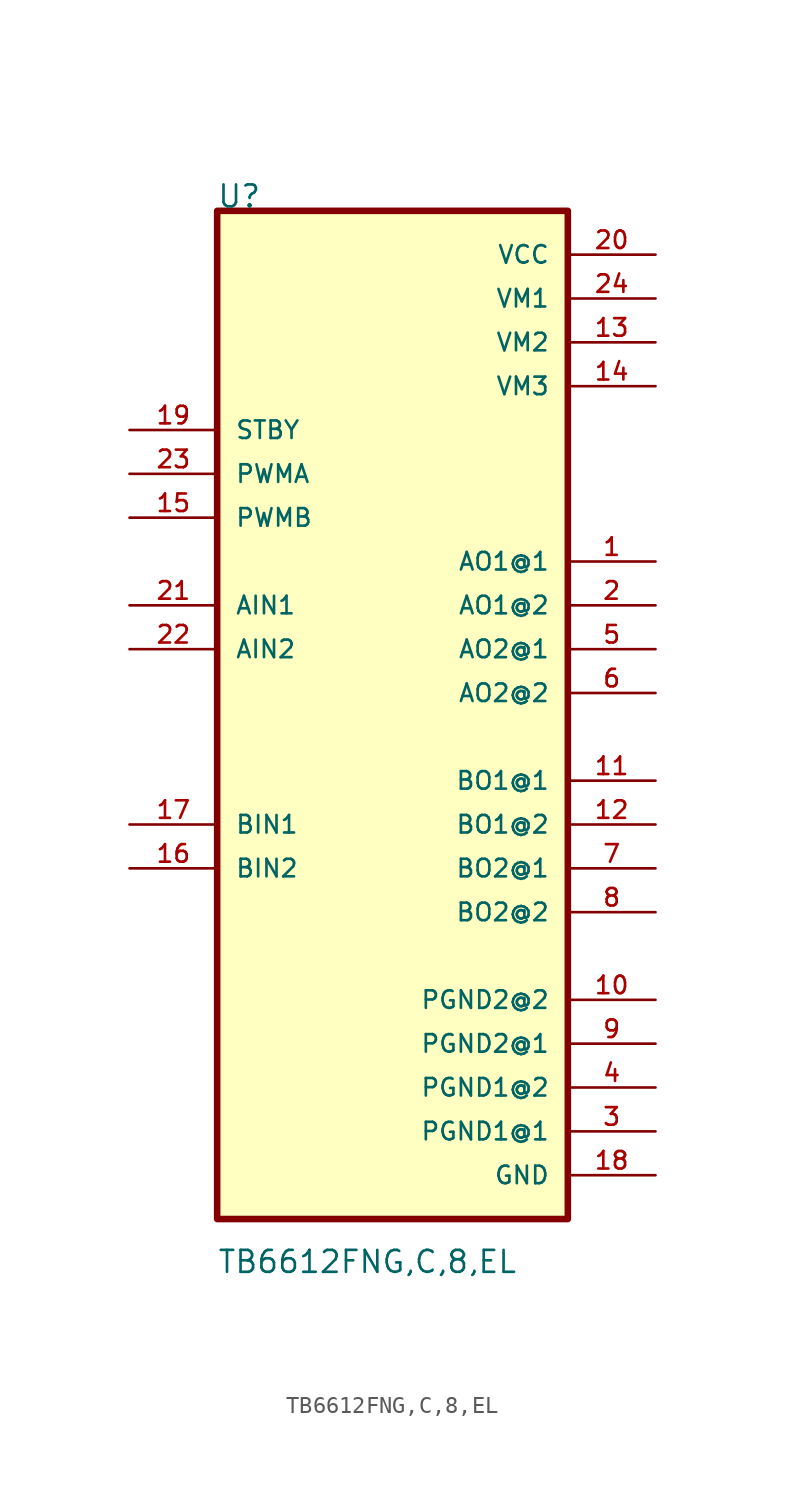
<source format=kicad_sym>
(kicad_symbol_lib
  (version 20211014)
  (generator kicad_symbol_editor)
  (symbol "TB6612FNG,C,8,EL"
    (pin_names
      (offset 1.016))
    (property "Reference" "U"
      (at -10.195 28.037 0)
      (effects (font (size 1.27 1.27)) (justify bottom left)))
    (property "Value" "TB6612FNG,C,8,EL"
      (at -10.174 -33.701 0)
      (effects (font (size 1.27 1.27)) (justify bottom left)))
    (symbol "TB6612FNG,C,8,EL_0_0"
      (rectangle (start -10.16 -30.48) (end 10.16 27.94) (stroke (width 0.381)) (fill (type background)))
      (pin output line (at 15.24 7.62 180.0) (length 5.08) (name "AO1@1" (effects (font (size 1.016 1.016)))) (number "1" (effects (font (size 1.016 1.016)))))
      (pin output line (at 15.24 5.08 180.0) (length 5.08) (name "AO1@2" (effects (font (size 1.016 1.016)))) (number "2" (effects (font (size 1.016 1.016)))))
      (pin passive line (at 15.24 -25.4 180.0) (length 5.08) (name "PGND1@1" (effects (font (size 1.016 1.016)))) (number "3" (effects (font (size 1.016 1.016)))))
      (pin passive line (at 15.24 -22.86 180.0) (length 5.08) (name "PGND1@2" (effects (font (size 1.016 1.016)))) (number "4" (effects (font (size 1.016 1.016)))))
      (pin output line (at 15.24 2.54 180.0) (length 5.08) (name "AO2@1" (effects (font (size 1.016 1.016)))) (number "5" (effects (font (size 1.016 1.016)))))
      (pin output line (at 15.24 0.0 180.0) (length 5.08) (name "AO2@2" (effects (font (size 1.016 1.016)))) (number "6" (effects (font (size 1.016 1.016)))))
      (pin output line (at 15.24 -5.08 180.0) (length 5.08) (name "BO1@1" (effects (font (size 1.016 1.016)))) (number "11" (effects (font (size 1.016 1.016)))))
      (pin output line (at 15.24 -7.62 180.0) (length 5.08) (name "BO1@2" (effects (font (size 1.016 1.016)))) (number "12" (effects (font (size 1.016 1.016)))))
      (pin passive line (at 15.24 -20.32 180.0) (length 5.08) (name "PGND2@1" (effects (font (size 1.016 1.016)))) (number "9" (effects (font (size 1.016 1.016)))))
      (pin passive line (at 15.24 -17.78 180.0) (length 5.08) (name "PGND2@2" (effects (font (size 1.016 1.016)))) (number "10" (effects (font (size 1.016 1.016)))))
      (pin output line (at 15.24 -10.16 180.0) (length 5.08) (name "BO2@1" (effects (font (size 1.016 1.016)))) (number "7" (effects (font (size 1.016 1.016)))))
      (pin output line (at 15.24 -12.7 180.0) (length 5.08) (name "BO2@2" (effects (font (size 1.016 1.016)))) (number "8" (effects (font (size 1.016 1.016)))))
      (pin power_in line (at 15.24 20.32 180.0) (length 5.08) (name "VM2" (effects (font (size 1.016 1.016)))) (number "13" (effects (font (size 1.016 1.016)))))
      (pin power_in line (at 15.24 17.78 180.0) (length 5.08) (name "VM3" (effects (font (size 1.016 1.016)))) (number "14" (effects (font (size 1.016 1.016)))))
      (pin input line (at -15.24 10.16 0) (length 5.08) (name "PWMB" (effects (font (size 1.016 1.016)))) (number "15" (effects (font (size 1.016 1.016)))))
      (pin input line (at -15.24 -10.16 0) (length 5.08) (name "BIN2" (effects (font (size 1.016 1.016)))) (number "16" (effects (font (size 1.016 1.016)))))
      (pin input line (at -15.24 -7.62 0) (length 5.08) (name "BIN1" (effects (font (size 1.016 1.016)))) (number "17" (effects (font (size 1.016 1.016)))))
      (pin passive line (at 15.24 -27.94 180.0) (length 5.08) (name "GND" (effects (font (size 1.016 1.016)))) (number "18" (effects (font (size 1.016 1.016)))))
      (pin input line (at -15.24 15.24 0) (length 5.08) (name "STBY" (effects (font (size 1.016 1.016)))) (number "19" (effects (font (size 1.016 1.016)))))
      (pin power_in line (at 15.24 25.4 180.0) (length 5.08) (name "VCC" (effects (font (size 1.016 1.016)))) (number "20" (effects (font (size 1.016 1.016)))))
      (pin input line (at -15.24 5.08 0) (length 5.08) (name "AIN1" (effects (font (size 1.016 1.016)))) (number "21" (effects (font (size 1.016 1.016)))))
      (pin input line (at -15.24 2.54 0) (length 5.08) (name "AIN2" (effects (font (size 1.016 1.016)))) (number "22" (effects (font (size 1.016 1.016)))))
      (pin input line (at -15.24 12.7 0) (length 5.08) (name "PWMA" (effects (font (size 1.016 1.016)))) (number "23" (effects (font (size 1.016 1.016)))))
      (pin power_in line (at 15.24 22.86 180.0) (length 5.08) (name "VM1" (effects (font (size 1.016 1.016)))) (number "24" (effects (font (size 1.016 1.016))))))))
</source>
